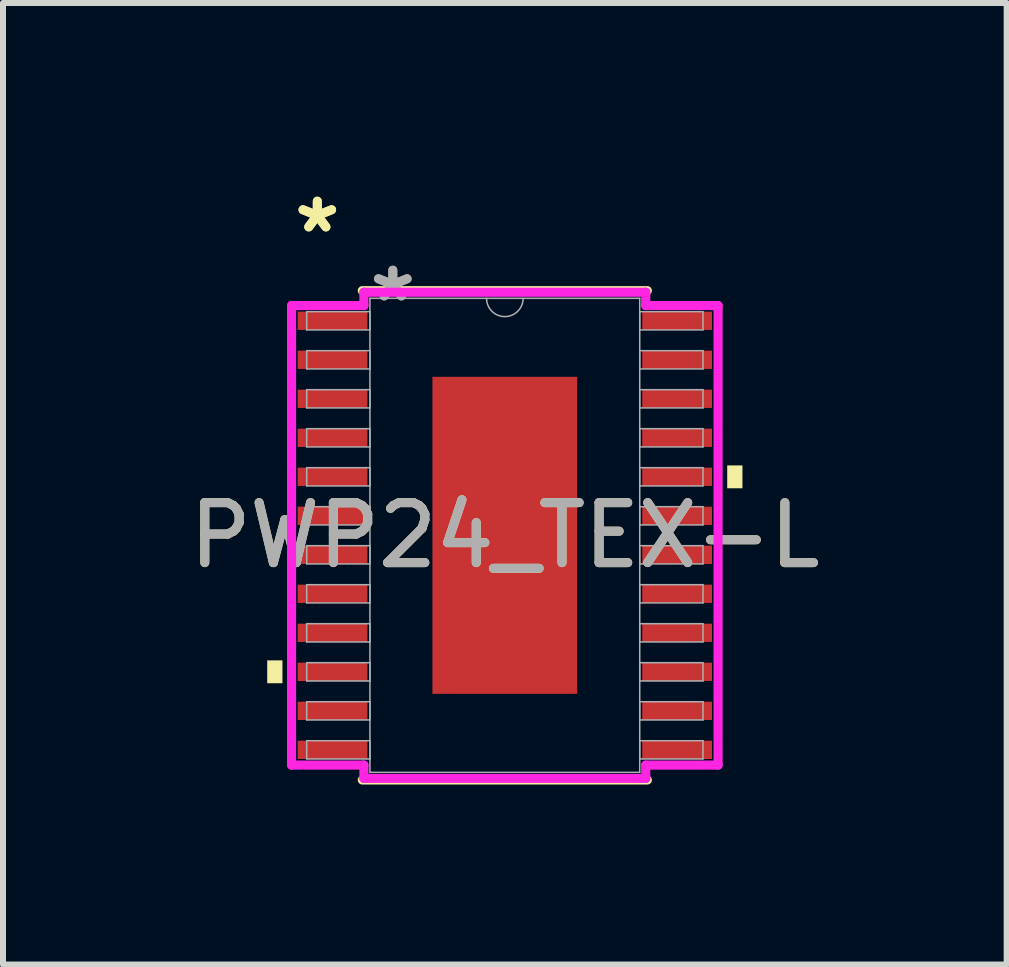
<source format=kicad_pcb>
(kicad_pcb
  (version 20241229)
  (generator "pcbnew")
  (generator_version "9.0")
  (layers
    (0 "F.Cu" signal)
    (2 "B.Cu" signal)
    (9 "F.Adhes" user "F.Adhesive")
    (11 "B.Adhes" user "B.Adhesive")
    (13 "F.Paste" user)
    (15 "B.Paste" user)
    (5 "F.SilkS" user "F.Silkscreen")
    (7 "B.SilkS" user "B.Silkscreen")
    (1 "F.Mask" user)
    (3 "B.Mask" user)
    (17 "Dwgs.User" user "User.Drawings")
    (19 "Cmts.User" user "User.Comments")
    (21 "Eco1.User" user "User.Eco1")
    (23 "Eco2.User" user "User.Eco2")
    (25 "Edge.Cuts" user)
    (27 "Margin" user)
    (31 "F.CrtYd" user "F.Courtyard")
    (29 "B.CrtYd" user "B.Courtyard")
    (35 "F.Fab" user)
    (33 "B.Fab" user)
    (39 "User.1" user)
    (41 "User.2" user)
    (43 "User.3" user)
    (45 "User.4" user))
  (footprint "PWP24_TEX-L"
    (layer "F.Cu")
    (at 5.363 5.871)
    (property "Reference" "PWP24_TEX-L" (at 0 0 0) (unlocked yes) (layer "F.SilkS") (effects (font (size 1 1) (thickness 0.15))))
    (attr smd)
    (fp_line (start -2.375 4.077) (end 2.375 4.077) (stroke (width 0.152) (type solid)) (layer "F.SilkS"))
    (fp_line (start 2.375 -4.077) (end -2.375 -4.077) (stroke (width 0.152) (type solid)) (layer "F.SilkS"))
    (fp_poly (pts (xy -3.96 2.084) (xy -3.96 2.465) (xy -3.706 2.465) (xy -3.706 2.084)) (stroke (width 0) (type solid)) (fill yes) (layer "F.SilkS"))
    (fp_poly (pts (xy 3.96 -1.165) (xy 3.96 -0.784) (xy 3.706 -0.784) (xy 3.706 -1.165)) (stroke (width 0) (type solid)) (fill yes) (layer "F.SilkS"))
    (fp_poly (pts (xy -1.107 -2.542) (xy -1.107 -1.421) (xy 1.107 -1.421) (xy 1.107 -2.542)) (stroke (width 0) (type solid)) (fill yes) (layer "F.Paste"))
    (fp_poly (pts (xy -1.107 -1.221) (xy -1.107 -0.1) (xy 1.107 -0.1) (xy 1.107 -1.221)) (stroke (width 0) (type solid)) (fill yes) (layer "F.Paste"))
    (fp_poly (pts (xy -1.107 0.1) (xy -1.107 1.221) (xy 1.107 1.221) (xy 1.107 0.1)) (stroke (width 0) (type solid)) (fill yes) (layer "F.Paste"))
    (fp_poly (pts (xy -1.107 1.421) (xy -1.107 2.542) (xy 1.107 2.542) (xy 1.107 1.421)) (stroke (width 0) (type solid)) (fill yes) (layer "F.Paste"))
    (fp_line (start -3.554 -3.829) (end -2.349 -3.829) (stroke (width 0.152) (type solid)) (layer "F.CrtYd"))
    (fp_line (start -3.554 3.829) (end -3.554 -3.829) (stroke (width 0.152) (type solid)) (layer "F.CrtYd"))
    (fp_line (start -3.554 3.829) (end -2.349 3.829) (stroke (width 0.152) (type solid)) (layer "F.CrtYd"))
    (fp_line (start -2.349 -4.051) (end 2.349 -4.051) (stroke (width 0.152) (type solid)) (layer "F.CrtYd"))
    (fp_line (start -2.349 -3.829) (end -2.349 -4.051) (stroke (width 0.152) (type solid)) (layer "F.CrtYd"))
    (fp_line (start -2.349 4.051) (end -2.349 3.829) (stroke (width 0.152) (type solid)) (layer "F.CrtYd"))
    (fp_line (start 2.349 -4.051) (end 2.349 -3.829) (stroke (width 0.152) (type solid)) (layer "F.CrtYd"))
    (fp_line (start 2.349 3.829) (end 2.349 4.051) (stroke (width 0.152) (type solid)) (layer "F.CrtYd"))
    (fp_line (start 2.349 4.051) (end -2.349 4.051) (stroke (width 0.152) (type solid)) (layer "F.CrtYd"))
    (fp_line (start 3.554 -3.829) (end 2.349 -3.829) (stroke (width 0.152) (type solid)) (layer "F.CrtYd"))
    (fp_line (start 3.554 -3.829) (end 3.554 3.829) (stroke (width 0.152) (type solid)) (layer "F.CrtYd"))
    (fp_line (start 3.554 3.829) (end 2.349 3.829) (stroke (width 0.152) (type solid)) (layer "F.CrtYd"))
    (fp_line (start -3.302 -3.727) (end -3.302 -3.423) (stroke (width 0.025) (type solid)) (layer "F.Fab"))
    (fp_line (start -3.302 -3.423) (end -2.248 -3.423) (stroke (width 0.025) (type solid)) (layer "F.Fab"))
    (fp_line (start -3.302 -3.077) (end -3.302 -2.773) (stroke (width 0.025) (type solid)) (layer "F.Fab"))
    (fp_line (start -3.302 -2.773) (end -2.248 -2.773) (stroke (width 0.025) (type solid)) (layer "F.Fab"))
    (fp_line (start -3.302 -2.427) (end -3.302 -2.123) (stroke (width 0.025) (type solid)) (layer "F.Fab"))
    (fp_line (start -3.302 -2.123) (end -2.248 -2.123) (stroke (width 0.025) (type solid)) (layer "F.Fab"))
    (fp_line (start -3.302 -1.777) (end -3.302 -1.473) (stroke (width 0.025) (type solid)) (layer "F.Fab"))
    (fp_line (start -3.302 -1.473) (end -2.248 -1.473) (stroke (width 0.025) (type solid)) (layer "F.Fab"))
    (fp_line (start -3.302 -1.127) (end -3.302 -0.823) (stroke (width 0.025) (type solid)) (layer "F.Fab"))
    (fp_line (start -3.302 -0.823) (end -2.248 -0.823) (stroke (width 0.025) (type solid)) (layer "F.Fab"))
    (fp_line (start -3.302 -0.477) (end -3.302 -0.173) (stroke (width 0.025) (type solid)) (layer "F.Fab"))
    (fp_line (start -3.302 -0.173) (end -2.248 -0.173) (stroke (width 0.025) (type solid)) (layer "F.Fab"))
    (fp_line (start -3.302 0.173) (end -3.302 0.477) (stroke (width 0.025) (type solid)) (layer "F.Fab"))
    (fp_line (start -3.302 0.477) (end -2.248 0.477) (stroke (width 0.025) (type solid)) (layer "F.Fab"))
    (fp_line (start -3.302 0.823) (end -3.302 1.127) (stroke (width 0.025) (type solid)) (layer "F.Fab"))
    (fp_line (start -3.302 1.127) (end -2.248 1.127) (stroke (width 0.025) (type solid)) (layer "F.Fab"))
    (fp_line (start -3.302 1.473) (end -3.302 1.777) (stroke (width 0.025) (type solid)) (layer "F.Fab"))
    (fp_line (start -3.302 1.777) (end -2.248 1.777) (stroke (width 0.025) (type solid)) (layer "F.Fab"))
    (fp_line (start -3.302 2.123) (end -3.302 2.427) (stroke (width 0.025) (type solid)) (layer "F.Fab"))
    (fp_line (start -3.302 2.427) (end -2.248 2.427) (stroke (width 0.025) (type solid)) (layer "F.Fab"))
    (fp_line (start -3.302 2.773) (end -3.302 3.077) (stroke (width 0.025) (type solid)) (layer "F.Fab"))
    (fp_line (start -3.302 3.077) (end -2.248 3.077) (stroke (width 0.025) (type solid)) (layer "F.Fab"))
    (fp_line (start -3.302 3.423) (end -3.302 3.727) (stroke (width 0.025) (type solid)) (layer "F.Fab"))
    (fp_line (start -3.302 3.727) (end -2.248 3.727) (stroke (width 0.025) (type solid)) (layer "F.Fab"))
    (fp_line (start -2.248 -3.95) (end -2.248 3.95) (stroke (width 0.025) (type solid)) (layer "F.Fab"))
    (fp_line (start -2.248 -3.727) (end -3.302 -3.727) (stroke (width 0.025) (type solid)) (layer "F.Fab"))
    (fp_line (start -2.248 -3.423) (end -2.248 -3.727) (stroke (width 0.025) (type solid)) (layer "F.Fab"))
    (fp_line (start -2.248 -3.077) (end -3.302 -3.077) (stroke (width 0.025) (type solid)) (layer "F.Fab"))
    (fp_line (start -2.248 -2.773) (end -2.248 -3.077) (stroke (width 0.025) (type solid)) (layer "F.Fab"))
    (fp_line (start -2.248 -2.427) (end -3.302 -2.427) (stroke (width 0.025) (type solid)) (layer "F.Fab"))
    (fp_line (start -2.248 -2.123) (end -2.248 -2.427) (stroke (width 0.025) (type solid)) (layer "F.Fab"))
    (fp_line (start -2.248 -1.777) (end -3.302 -1.777) (stroke (width 0.025) (type solid)) (layer "F.Fab"))
    (fp_line (start -2.248 -1.473) (end -2.248 -1.777) (stroke (width 0.025) (type solid)) (layer "F.Fab"))
    (fp_line (start -2.248 -1.127) (end -3.302 -1.127) (stroke (width 0.025) (type solid)) (layer "F.Fab"))
    (fp_line (start -2.248 -0.823) (end -2.248 -1.127) (stroke (width 0.025) (type solid)) (layer "F.Fab"))
    (fp_line (start -2.248 -0.477) (end -3.302 -0.477) (stroke (width 0.025) (type solid)) (layer "F.Fab"))
    (fp_line (start -2.248 -0.173) (end -2.248 -0.477) (stroke (width 0.025) (type solid)) (layer "F.Fab"))
    (fp_line (start -2.248 0.173) (end -3.302 0.173) (stroke (width 0.025) (type solid)) (layer "F.Fab"))
    (fp_line (start -2.248 0.477) (end -2.248 0.173) (stroke (width 0.025) (type solid)) (layer "F.Fab"))
    (fp_line (start -2.248 0.823) (end -3.302 0.823) (stroke (width 0.025) (type solid)) (layer "F.Fab"))
    (fp_line (start -2.248 1.127) (end -2.248 0.823) (stroke (width 0.025) (type solid)) (layer "F.Fab"))
    (fp_line (start -2.248 1.473) (end -3.302 1.473) (stroke (width 0.025) (type solid)) (layer "F.Fab"))
    (fp_line (start -2.248 1.777) (end -2.248 1.473) (stroke (width 0.025) (type solid)) (layer "F.Fab"))
    (fp_line (start -2.248 2.123) (end -3.302 2.123) (stroke (width 0.025) (type solid)) (layer "F.Fab"))
    (fp_line (start -2.248 2.427) (end -2.248 2.123) (stroke (width 0.025) (type solid)) (layer "F.Fab"))
    (fp_line (start -2.248 2.773) (end -3.302 2.773) (stroke (width 0.025) (type solid)) (layer "F.Fab"))
    (fp_line (start -2.248 3.077) (end -2.248 2.773) (stroke (width 0.025) (type solid)) (layer "F.Fab"))
    (fp_line (start -2.248 3.423) (end -3.302 3.423) (stroke (width 0.025) (type solid)) (layer "F.Fab"))
    (fp_line (start -2.248 3.727) (end -2.248 3.423) (stroke (width 0.025) (type solid)) (layer "F.Fab"))
    (fp_line (start -2.248 3.95) (end 2.248 3.95) (stroke (width 0.025) (type solid)) (layer "F.Fab"))
    (fp_line (start 2.248 -3.95) (end -2.248 -3.95) (stroke (width 0.025) (type solid)) (layer "F.Fab"))
    (fp_line (start 2.248 -3.727) (end 2.248 -3.423) (stroke (width 0.025) (type solid)) (layer "F.Fab"))
    (fp_line (start 2.248 -3.423) (end 3.302 -3.423) (stroke (width 0.025) (type solid)) (layer "F.Fab"))
    (fp_line (start 2.248 -3.077) (end 2.248 -2.773) (stroke (width 0.025) (type solid)) (layer "F.Fab"))
    (fp_line (start 2.248 -2.773) (end 3.302 -2.773) (stroke (width 0.025) (type solid)) (layer "F.Fab"))
    (fp_line (start 2.248 -2.427) (end 2.248 -2.123) (stroke (width 0.025) (type solid)) (layer "F.Fab"))
    (fp_line (start 2.248 -2.123) (end 3.302 -2.123) (stroke (width 0.025) (type solid)) (layer "F.Fab"))
    (fp_line (start 2.248 -1.777) (end 2.248 -1.473) (stroke (width 0.025) (type solid)) (layer "F.Fab"))
    (fp_line (start 2.248 -1.473) (end 3.302 -1.473) (stroke (width 0.025) (type solid)) (layer "F.Fab"))
    (fp_line (start 2.248 -1.127) (end 2.248 -0.823) (stroke (width 0.025) (type solid)) (layer "F.Fab"))
    (fp_line (start 2.248 -0.823) (end 3.302 -0.823) (stroke (width 0.025) (type solid)) (layer "F.Fab"))
    (fp_line (start 2.248 -0.477) (end 2.248 -0.173) (stroke (width 0.025) (type solid)) (layer "F.Fab"))
    (fp_line (start 2.248 -0.173) (end 3.302 -0.173) (stroke (width 0.025) (type solid)) (layer "F.Fab"))
    (fp_line (start 2.248 0.173) (end 2.248 0.477) (stroke (width 0.025) (type solid)) (layer "F.Fab"))
    (fp_line (start 2.248 0.477) (end 3.302 0.477) (stroke (width 0.025) (type solid)) (layer "F.Fab"))
    (fp_line (start 2.248 0.823) (end 2.248 1.127) (stroke (width 0.025) (type solid)) (layer "F.Fab"))
    (fp_line (start 2.248 1.127) (end 3.302 1.127) (stroke (width 0.025) (type solid)) (layer "F.Fab"))
    (fp_line (start 2.248 1.473) (end 2.248 1.777) (stroke (width 0.025) (type solid)) (layer "F.Fab"))
    (fp_line (start 2.248 1.777) (end 3.302 1.777) (stroke (width 0.025) (type solid)) (layer "F.Fab"))
    (fp_line (start 2.248 2.123) (end 2.248 2.427) (stroke (width 0.025) (type solid)) (layer "F.Fab"))
    (fp_line (start 2.248 2.427) (end 3.302 2.427) (stroke (width 0.025) (type solid)) (layer "F.Fab"))
    (fp_line (start 2.248 2.773) (end 2.248 3.077) (stroke (width 0.025) (type solid)) (layer "F.Fab"))
    (fp_line (start 2.248 3.077) (end 3.302 3.077) (stroke (width 0.025) (type solid)) (layer "F.Fab"))
    (fp_line (start 2.248 3.423) (end 2.248 3.727) (stroke (width 0.025) (type solid)) (layer "F.Fab"))
    (fp_line (start 2.248 3.727) (end 3.302 3.727) (stroke (width 0.025) (type solid)) (layer "F.Fab"))
    (fp_line (start 2.248 3.95) (end 2.248 -3.95) (stroke (width 0.025) (type solid)) (layer "F.Fab"))
    (fp_line (start 3.302 -3.727) (end 2.248 -3.727) (stroke (width 0.025) (type solid)) (layer "F.Fab"))
    (fp_line (start 3.302 -3.423) (end 3.302 -3.727) (stroke (width 0.025) (type solid)) (layer "F.Fab"))
    (fp_line (start 3.302 -3.077) (end 2.248 -3.077) (stroke (width 0.025) (type solid)) (layer "F.Fab"))
    (fp_line (start 3.302 -2.773) (end 3.302 -3.077) (stroke (width 0.025) (type solid)) (layer "F.Fab"))
    (fp_line (start 3.302 -2.427) (end 2.248 -2.427) (stroke (width 0.025) (type solid)) (layer "F.Fab"))
    (fp_line (start 3.302 -2.123) (end 3.302 -2.427) (stroke (width 0.025) (type solid)) (layer "F.Fab"))
    (fp_line (start 3.302 -1.777) (end 2.248 -1.777) (stroke (width 0.025) (type solid)) (layer "F.Fab"))
    (fp_line (start 3.302 -1.473) (end 3.302 -1.777) (stroke (width 0.025) (type solid)) (layer "F.Fab"))
    (fp_line (start 3.302 -1.127) (end 2.248 -1.127) (stroke (width 0.025) (type solid)) (layer "F.Fab"))
    (fp_line (start 3.302 -0.823) (end 3.302 -1.127) (stroke (width 0.025) (type solid)) (layer "F.Fab"))
    (fp_line (start 3.302 -0.477) (end 2.248 -0.477) (stroke (width 0.025) (type solid)) (layer "F.Fab"))
    (fp_line (start 3.302 -0.173) (end 3.302 -0.477) (stroke (width 0.025) (type solid)) (layer "F.Fab"))
    (fp_line (start 3.302 0.173) (end 2.248 0.173) (stroke (width 0.025) (type solid)) (layer "F.Fab"))
    (fp_line (start 3.302 0.477) (end 3.302 0.173) (stroke (width 0.025) (type solid)) (layer "F.Fab"))
    (fp_line (start 3.302 0.823) (end 2.248 0.823) (stroke (width 0.025) (type solid)) (layer "F.Fab"))
    (fp_line (start 3.302 1.127) (end 3.302 0.823) (stroke (width 0.025) (type solid)) (layer "F.Fab"))
    (fp_line (start 3.302 1.473) (end 2.248 1.473) (stroke (width 0.025) (type solid)) (layer "F.Fab"))
    (fp_line (start 3.302 1.777) (end 3.302 1.473) (stroke (width 0.025) (type solid)) (layer "F.Fab"))
    (fp_line (start 3.302 2.123) (end 2.248 2.123) (stroke (width 0.025) (type solid)) (layer "F.Fab"))
    (fp_line (start 3.302 2.427) (end 3.302 2.123) (stroke (width 0.025) (type solid)) (layer "F.Fab"))
    (fp_line (start 3.302 2.773) (end 2.248 2.773) (stroke (width 0.025) (type solid)) (layer "F.Fab"))
    (fp_line (start 3.302 3.077) (end 3.302 2.773) (stroke (width 0.025) (type solid)) (layer "F.Fab"))
    (fp_line (start 3.302 3.423) (end 2.248 3.423) (stroke (width 0.025) (type solid)) (layer "F.Fab"))
    (fp_line (start 3.302 3.727) (end 3.302 3.423) (stroke (width 0.025) (type solid)) (layer "F.Fab"))
    (fp_arc (start 0.3048 -3.9497) (mid 0 -3.6449) (end -0.3048 -3.9497) (stroke (width 0.0254) (type solid)) (layer "F.Fab"))
    (fp_text user "*" (at -3.125 -5.023 0) (layer "F.SilkS") (effects (font (size 1 1) (thickness 0.15))))
    (fp_text user "*" (at -3.125 -5.023 0) (unlocked yes) (layer "F.SilkS") (effects (font (size 1 1) (thickness 0.15))))
    (fp_text user "*" (at -1.867 -3.873 0) (layer "F.Fab") (effects (font (size 1 1) (thickness 0.15))))
    (fp_text user "${REFERENCE}" (at 0 0 0) (unlocked yes) (layer "F.Fab") (effects (font (size 1 1) (thickness 0.15))))
    (fp_text user "*" (at -1.867 -3.873 0) (unlocked yes) (layer "F.Fab") (effects (font (size 1 1) (thickness 0.15))))
    (pad "1" smd rect (at -2.871 -3.575) (size 1.162 0.305) (layers "F.Cu" "F.Mask" "F.Paste"))
    (pad "2" smd rect (at -2.871 -2.925) (size 1.162 0.305) (layers "F.Cu" "F.Mask" "F.Paste"))
    (pad "3" smd rect (at -2.871 -2.275) (size 1.162 0.305) (layers "F.Cu" "F.Mask" "F.Paste"))
    (pad "4" smd rect (at -2.871 -1.625) (size 1.162 0.305) (layers "F.Cu" "F.Mask" "F.Paste"))
    (pad "5" smd rect (at -2.871 -0.975) (size 1.162 0.305) (layers "F.Cu" "F.Mask" "F.Paste"))
    (pad "6" smd rect (at -2.871 -0.325) (size 1.162 0.305) (layers "F.Cu" "F.Mask" "F.Paste"))
    (pad "7" smd rect (at -2.871 0.325) (size 1.162 0.305) (layers "F.Cu" "F.Mask" "F.Paste"))
    (pad "8" smd rect (at -2.871 0.975) (size 1.162 0.305) (layers "F.Cu" "F.Mask" "F.Paste"))
    (pad "9" smd rect (at -2.871 1.625) (size 1.162 0.305) (layers "F.Cu" "F.Mask" "F.Paste"))
    (pad "10" smd rect (at -2.871 2.275) (size 1.162 0.305) (layers "F.Cu" "F.Mask" "F.Paste"))
    (pad "11" smd rect (at -2.871 2.925) (size 1.162 0.305) (layers "F.Cu" "F.Mask" "F.Paste"))
    (pad "12" smd rect (at -2.871 3.575) (size 1.162 0.305) (layers "F.Cu" "F.Mask" "F.Paste"))
    (pad "13" smd rect (at 2.871 3.575) (size 1.162 0.305) (layers "F.Cu" "F.Mask" "F.Paste"))
    (pad "14" smd rect (at 2.871 2.925) (size 1.162 0.305) (layers "F.Cu" "F.Mask" "F.Paste"))
    (pad "15" smd rect (at 2.871 2.275) (size 1.162 0.305) (layers "F.Cu" "F.Mask" "F.Paste"))
    (pad "16" smd rect (at 2.871 1.625) (size 1.162 0.305) (layers "F.Cu" "F.Mask" "F.Paste"))
    (pad "17" smd rect (at 2.871 0.975) (size 1.162 0.305) (layers "F.Cu" "F.Mask" "F.Paste"))
    (pad "18" smd rect (at 2.871 0.325) (size 1.162 0.305) (layers "F.Cu" "F.Mask" "F.Paste"))
    (pad "19" smd rect (at 2.871 -0.325) (size 1.162 0.305) (layers "F.Cu" "F.Mask" "F.Paste"))
    (pad "20" smd rect (at 2.871 -0.975) (size 1.162 0.305) (layers "F.Cu" "F.Mask" "F.Paste"))
    (pad "21" smd rect (at 2.871 -1.625) (size 1.162 0.305) (layers "F.Cu" "F.Mask" "F.Paste"))
    (pad "22" smd rect (at 2.871 -2.275) (size 1.162 0.305) (layers "F.Cu" "F.Mask" "F.Paste"))
    (pad "23" smd rect (at 2.871 -2.925) (size 1.162 0.305) (layers "F.Cu" "F.Mask" "F.Paste"))
    (pad "24" smd rect (at 2.871 -3.575) (size 1.162 0.305) (layers "F.Cu" "F.Mask" "F.Paste"))
    (pad "EPAD" smd rect (at 0 0) (size 2.413 5.283) (layers "F.Cu" "F.Mask")))
  (gr_rect
    (start -3 -3)
    (end 13.726 13.024)
    (stroke (width 0.1) (type default))
    (fill no)
    (layer "Edge.Cuts")))
</source>
